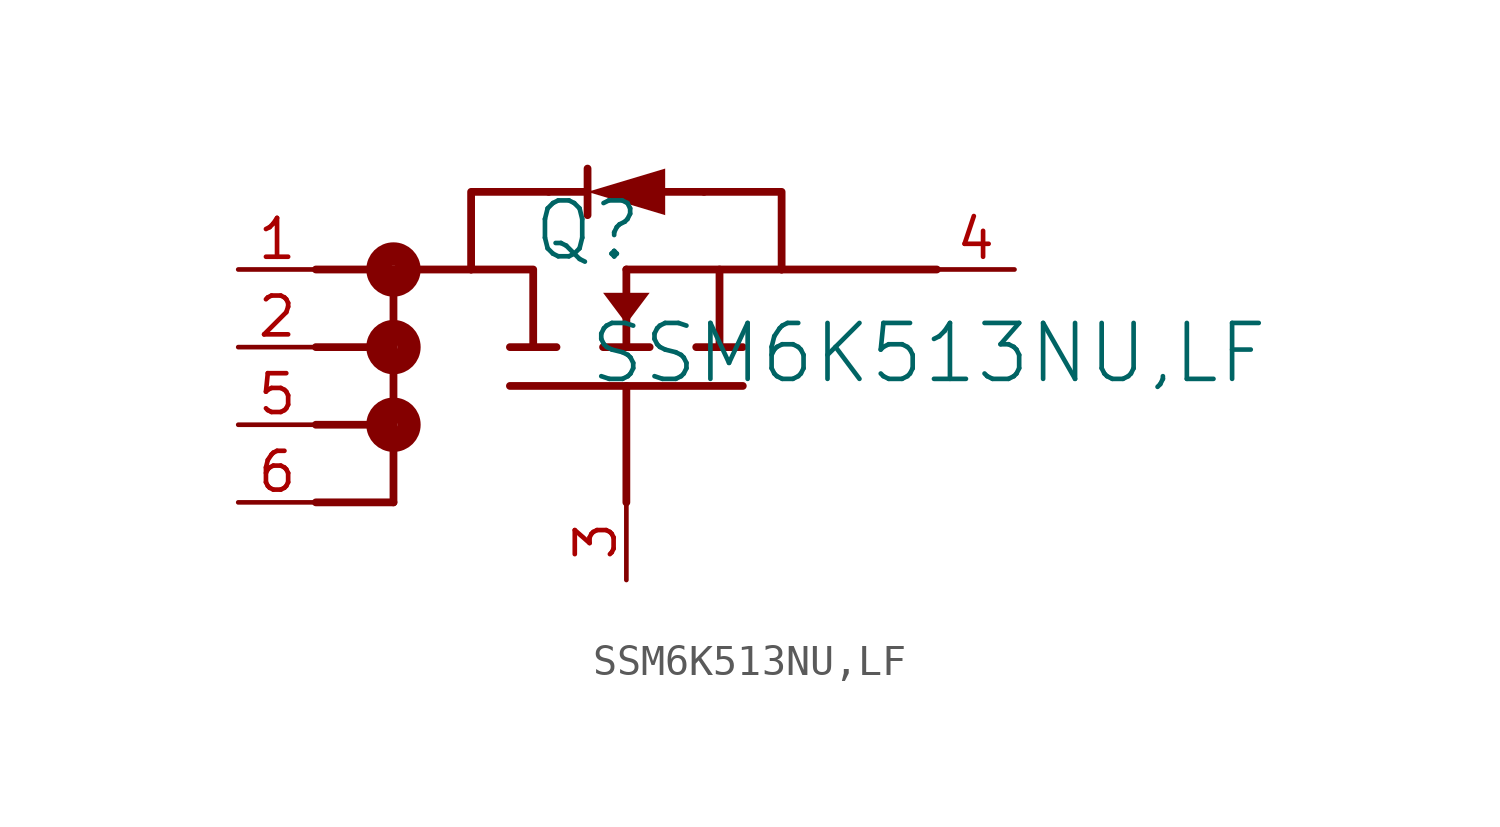
<source format=kicad_sym>
(kicad_symbol_lib
  (version 20231120)
  (generator "kicad_symbol_editor")
  (generator_version "8.0")
  (symbol "SSM6K513NU,LF"
    (property "Reference" "Q"
      (at -1.27 1.27 0)
      (effects (font (size 1.829 1.829))))
    (property "Value" "SSM6K513NU,LF"
      (at -1.27 -3.81 0)
      (effects (font (size 1.829 1.829)) (justify left bottom)))
    (symbol "SSM6K513NU,LF_1_0"
      (circle (center -7.62 -5.08) (radius 0.127) (stroke (width 0.762) (type solid)) (fill (type none)))
      (circle (center -7.62 -2.54) (radius 0.127) (stroke (width 0.762) (type solid)) (fill (type none)))
      (circle (center -7.62 0) (radius 0.127) (stroke (width 0.762) (type solid)) (fill (type none)))
      (polyline (pts (xy -10.16 -7.62) (xy -7.62 -7.62)) (stroke (width 0.254) (type solid)) (fill (type none)))
      (polyline (pts (xy -10.16 -5.08) (xy -7.62 -5.08)) (stroke (width 0.254) (type solid)) (fill (type none)))
      (polyline (pts (xy -10.16 -2.54) (xy -7.62 -2.54)) (stroke (width 0.254) (type solid)) (fill (type none)))
      (polyline (pts (xy -10.16 0) (xy -7.62 0)) (stroke (width 0.254) (type solid)) (fill (type none)))
      (polyline (pts (xy -7.62 -7.62) (xy -7.62 0)) (stroke (width 0.254) (type solid)) (fill (type none)))
      (polyline (pts (xy -7.62 0) (xy -5.08 0)) (stroke (width 0.254) (type solid)) (fill (type none)))
      (polyline (pts (xy -3.81 -3.81) (xy 3.81 -3.81)) (stroke (width 0.254) (type solid)) (fill (type none)))
      (polyline (pts (xy -3.81 -2.54) (xy -2.286 -2.54)) (stroke (width 0.254) (type solid)) (fill (type none)))
      (polyline (pts (xy -2.54 2.54) (xy -1.27 2.54)) (stroke (width 0.254) (type solid)) (fill (type none)))
      (polyline (pts (xy -1.27 3.302) (xy -1.27 1.778)) (stroke (width 0.254) (type solid)) (fill (type none)))
      (polyline (pts (xy -0.762 -2.54) (xy 0.762 -2.54)) (stroke (width 0.254) (type solid)) (fill (type none)))
      (polyline (pts (xy 0 -3.81) (xy 0 -7.62)) (stroke (width 0.254) (type solid)) (fill (type none)))
      (polyline (pts (xy 0 0) (xy 0 -2.54)) (stroke (width 0.254) (type solid)) (fill (type none)))
      (polyline (pts (xy 0 0) (xy 3.048 0)) (stroke (width 0.254) (type solid)) (fill (type none)))
      (polyline (pts (xy 1.27 2.54) (xy 2.54 2.54)) (stroke (width 0.254) (type solid)) (fill (type none)))
      (polyline (pts (xy 2.286 -2.54) (xy 3.81 -2.54)) (stroke (width 0.254) (type solid)) (fill (type none)))
      (polyline (pts (xy 10.16 0) (xy 5.08 0)) (stroke (width 0.254) (type solid)) (fill (type none)))
      (polyline (pts (xy -5.08 0) (xy -5.08 2.54) (xy -2.54 2.54)) (stroke (width 0.254) (type solid)) (fill (type none)))
      (polyline (pts (xy -5.08 0) (xy -3.048 0) (xy -3.048 -2.54)) (stroke (width 0.254) (type solid)) (fill (type none)))
      (polyline (pts (xy 2.54 2.54) (xy 5.08 2.54) (xy 5.08 0)) (stroke (width 0.254) (type solid)) (fill (type none)))
      (polyline (pts (xy 5.08 0) (xy 3.048 0) (xy 3.048 -2.54)) (stroke (width 0.254) (type solid)) (fill (type none)))
      (polyline (pts (xy 0 -1.778) (xy 0.762 -0.762) (xy -0.762 -0.762) (xy 0 -1.778) (xy 0 -1.778)) (stroke (width -0.0001) (type solid)) (fill (type outline)))
      (polyline (pts (xy 1.27 2.54) (xy 1.27 1.778) (xy -1.27 2.54) (xy 1.27 3.302) (xy 1.27 2.54) (xy 1.27 2.54)) (stroke (width -0.0001) (type solid)) (fill (type outline)))
      (pin passive line (at -12.7 0 0) (length 2.54) (name "D" (effects (font (size 0 0)))) (number "1" (effects (font (size 1.27 1.27)))))
      (pin passive line (at -12.7 -2.54 0) (length 2.54) (name "D" (effects (font (size 0 0)))) (number "2" (effects (font (size 1.27 1.27)))))
      (pin passive line (at 0 -10.16 90) (length 2.54) (name "G" (effects (font (size 0 0)))) (number "3" (effects (font (size 1.27 1.27)))))
      (pin passive line (at 12.7 0 180) (length 2.54) (name "S" (effects (font (size 0 0)))) (number "4" (effects (font (size 1.27 1.27)))))
      (pin passive line (at -12.7 -5.08 0) (length 2.54) (name "D" (effects (font (size 0 0)))) (number "5" (effects (font (size 1.27 1.27)))))
      (pin passive line (at -12.7 -7.62 0) (length 2.54) (name "D" (effects (font (size 0 0)))) (number "6" (effects (font (size 1.27 1.27))))))))
</source>
